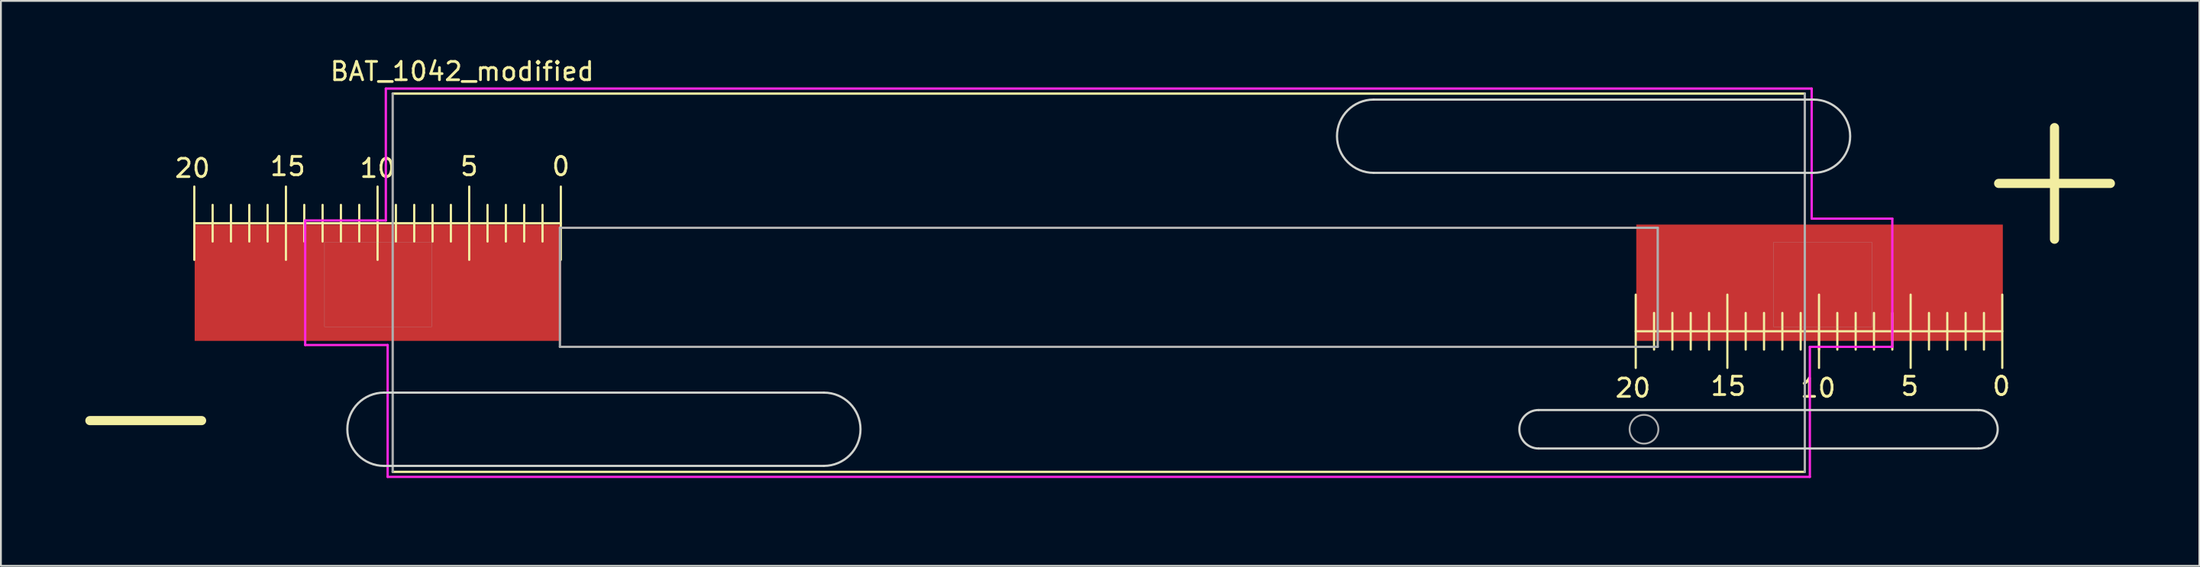
<source format=kicad_pcb>
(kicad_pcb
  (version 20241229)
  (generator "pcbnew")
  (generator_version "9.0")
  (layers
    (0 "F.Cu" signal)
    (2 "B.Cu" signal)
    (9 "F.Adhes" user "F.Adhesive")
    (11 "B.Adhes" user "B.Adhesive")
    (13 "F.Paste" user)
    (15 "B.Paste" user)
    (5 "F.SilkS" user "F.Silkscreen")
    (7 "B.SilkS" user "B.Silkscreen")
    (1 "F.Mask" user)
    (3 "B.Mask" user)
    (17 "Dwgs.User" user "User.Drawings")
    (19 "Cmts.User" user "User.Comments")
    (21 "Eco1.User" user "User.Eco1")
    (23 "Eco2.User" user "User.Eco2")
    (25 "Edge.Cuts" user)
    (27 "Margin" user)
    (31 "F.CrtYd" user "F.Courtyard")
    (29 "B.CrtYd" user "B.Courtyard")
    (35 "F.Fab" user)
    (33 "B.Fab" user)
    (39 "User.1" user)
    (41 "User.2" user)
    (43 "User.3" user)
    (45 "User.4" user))
  (footprint "BAT_1042_modified"
    (layer "F.Cu")
    (at 56.902 12.387)
    (property "Reference" "BAT_1042_modified" (at -34.736 -11.539 0) (layer "F.SilkS") (effects (font (size 1 1) (thickness 0.15))))
    (attr through_hole)
    (fp_line (start -49.35 -1.25) (end -49.35 -5.25) (stroke (width 0.12) (type solid)) (layer "F.SilkS"))
    (fp_line (start -48.35 -4.25) (end -48.35 -2.25) (stroke (width 0.12) (type solid)) (layer "F.SilkS"))
    (fp_line (start -47.35 -2.25) (end -47.35 -4.25) (stroke (width 0.12) (type solid)) (layer "F.SilkS"))
    (fp_line (start -46.35 -4.25) (end -46.35 -2.25) (stroke (width 0.12) (type solid)) (layer "F.SilkS"))
    (fp_line (start -45.35 -4.25) (end -45.35 -2.25) (stroke (width 0.12) (type solid)) (layer "F.SilkS"))
    (fp_line (start -44.35 -5.25) (end -44.35 -1.25) (stroke (width 0.12) (type solid)) (layer "F.SilkS"))
    (fp_line (start -43.35 -4.25) (end -43.35 -2.25) (stroke (width 0.12) (type solid)) (layer "F.SilkS"))
    (fp_line (start -42.35 -4.25) (end -42.35 -2.25) (stroke (width 0.12) (type solid)) (layer "F.SilkS"))
    (fp_line (start -41.35 -4.25) (end -41.35 -2.25) (stroke (width 0.12) (type solid)) (layer "F.SilkS"))
    (fp_line (start -40.35 -2.25) (end -40.35 -4.25) (stroke (width 0.12) (type solid)) (layer "F.SilkS"))
    (fp_line (start -39.35 -3.25) (end -39.35 -1.25) (stroke (width 0.12) (type solid)) (layer "F.SilkS"))
    (fp_line (start -39.35 -2.25) (end -39.35 -5.25) (stroke (width 0.12) (type solid)) (layer "F.SilkS"))
    (fp_line (start -38.525 -10.325) (end 38.525 -10.325) (stroke (width 0.127) (type solid)) (layer "F.SilkS"))
    (fp_line (start -38.35 -4.25) (end -38.35 -2.25) (stroke (width 0.12) (type solid)) (layer "F.SilkS"))
    (fp_line (start -37.35 -2.25) (end -37.35 -4.25) (stroke (width 0.12) (type solid)) (layer "F.SilkS"))
    (fp_line (start -36.35 -4.25) (end -36.35 -2.25) (stroke (width 0.12) (type solid)) (layer "F.SilkS"))
    (fp_line (start -35.35 -4.25) (end -35.35 -2.25) (stroke (width 0.12) (type solid)) (layer "F.SilkS"))
    (fp_line (start -34.35 -5.25) (end -34.35 -1.25) (stroke (width 0.12) (type solid)) (layer "F.SilkS"))
    (fp_line (start -33.35 -4.25) (end -33.35 -2.25) (stroke (width 0.12) (type solid)) (layer "F.SilkS"))
    (fp_line (start -32.35 -4.25) (end -32.35 -2.25) (stroke (width 0.12) (type solid)) (layer "F.SilkS"))
    (fp_line (start -31.35 -4.25) (end -31.35 -2.25) (stroke (width 0.12) (type solid)) (layer "F.SilkS"))
    (fp_line (start -30.35 -2.25) (end -30.35 -4.25) (stroke (width 0.12) (type solid)) (layer "F.SilkS"))
    (fp_line (start -29.35 -3.25) (end -49.35 -3.25) (stroke (width 0.12) (type solid)) (layer "F.SilkS"))
    (fp_line (start -29.35 -1.25) (end -29.35 -5.25) (stroke (width 0.12) (type solid)) (layer "F.SilkS"))
    (fp_line (start 29.3 4.65) (end 29.3 0.65) (stroke (width 0.12) (type solid)) (layer "F.SilkS"))
    (fp_line (start 30.3 1.65) (end 30.3 3.65) (stroke (width 0.12) (type solid)) (layer "F.SilkS"))
    (fp_line (start 31.3 3.65) (end 31.3 1.65) (stroke (width 0.12) (type solid)) (layer "F.SilkS"))
    (fp_line (start 32.3 1.65) (end 32.3 3.65) (stroke (width 0.12) (type solid)) (layer "F.SilkS"))
    (fp_line (start 33.3 1.65) (end 33.3 3.65) (stroke (width 0.12) (type solid)) (layer "F.SilkS"))
    (fp_line (start 34.3 0.65) (end 34.3 4.65) (stroke (width 0.12) (type solid)) (layer "F.SilkS"))
    (fp_line (start 35.3 1.65) (end 35.3 3.65) (stroke (width 0.12) (type solid)) (layer "F.SilkS"))
    (fp_line (start 36.3 1.65) (end 36.3 3.65) (stroke (width 0.12) (type solid)) (layer "F.SilkS"))
    (fp_line (start 37.3 1.65) (end 37.3 3.65) (stroke (width 0.12) (type solid)) (layer "F.SilkS"))
    (fp_line (start 38.3 3.65) (end 38.3 1.65) (stroke (width 0.12) (type solid)) (layer "F.SilkS"))
    (fp_line (start 38.525 10.325) (end -38.525 10.325) (stroke (width 0.127) (type solid)) (layer "F.SilkS"))
    (fp_line (start 39.3 2.65) (end 39.3 4.65) (stroke (width 0.12) (type solid)) (layer "F.SilkS"))
    (fp_line (start 39.3 3.65) (end 39.3 0.65) (stroke (width 0.12) (type solid)) (layer "F.SilkS"))
    (fp_line (start 40.3 1.65) (end 40.3 3.65) (stroke (width 0.12) (type solid)) (layer "F.SilkS"))
    (fp_line (start 41.3 3.65) (end 41.3 1.65) (stroke (width 0.12) (type solid)) (layer "F.SilkS"))
    (fp_line (start 42.3 1.65) (end 42.3 3.65) (stroke (width 0.12) (type solid)) (layer "F.SilkS"))
    (fp_line (start 43.3 1.65) (end 43.3 3.65) (stroke (width 0.12) (type solid)) (layer "F.SilkS"))
    (fp_line (start 44.3 0.65) (end 44.3 4.65) (stroke (width 0.12) (type solid)) (layer "F.SilkS"))
    (fp_line (start 45.3 1.65) (end 45.3 3.65) (stroke (width 0.12) (type solid)) (layer "F.SilkS"))
    (fp_line (start 46.3 1.65) (end 46.3 3.65) (stroke (width 0.12) (type solid)) (layer "F.SilkS"))
    (fp_line (start 47.3 1.65) (end 47.3 3.65) (stroke (width 0.12) (type solid)) (layer "F.SilkS"))
    (fp_line (start 48.3 3.65) (end 48.3 1.65) (stroke (width 0.12) (type solid)) (layer "F.SilkS"))
    (fp_line (start 49.3 2.65) (end 29.3 2.65) (stroke (width 0.12) (type solid)) (layer "F.SilkS"))
    (fp_line (start 49.3 4.65) (end 49.3 0.65) (stroke (width 0.12) (type solid)) (layer "F.SilkS"))
    (fp_line (start -39 6) (end -15 6) (stroke (width 0.12) (type solid)) (layer "Edge.Cuts"))
    (fp_line (start -15 10) (end -39 10) (stroke (width 0.12) (type solid)) (layer "Edge.Cuts"))
    (fp_line (start 15 -10) (end 39 -10) (stroke (width 0.12) (type solid)) (layer "Edge.Cuts"))
    (fp_line (start 24 6.95) (end 48 6.95) (stroke (width 0.12) (type solid)) (layer "Edge.Cuts"))
    (fp_line (start 39 -6) (end 15 -6) (stroke (width 0.12) (type solid)) (layer "Edge.Cuts"))
    (fp_line (start 48 9.05) (end 24 9.05) (stroke (width 0.12) (type solid)) (layer "Edge.Cuts"))
    (fp_arc (start -39 10) (mid -41 8) (end -39 6) (stroke (width 0.12) (type solid)) (layer "Edge.Cuts"))
    (fp_arc (start -15 6) (mid -13 8) (end -15 10) (stroke (width 0.12) (type solid)) (layer "Edge.Cuts"))
    (fp_arc (start 15 -6) (mid 13 -8) (end 15 -10) (stroke (width 0.12) (type solid)) (layer "Edge.Cuts"))
    (fp_arc (start 24 9.05) (mid 22.95 8) (end 24 6.95) (stroke (width 0.12) (type solid)) (layer "Edge.Cuts"))
    (fp_arc (start 39 -10) (mid 41 -8) (end 39 -6) (stroke (width 0.12) (type solid)) (layer "Edge.Cuts"))
    (fp_arc (start 48 6.95) (mid 49.059259 8) (end 48 9.05) (stroke (width 0.12) (type solid)) (layer "Edge.Cuts"))
    (fp_line (start -43.3 -3.4) (end -38.9 -3.4) (stroke (width 0.127) (type solid)) (layer "F.CrtYd"))
    (fp_line (start -43.3 3.4) (end -43.3 -3.4) (stroke (width 0.127) (type solid)) (layer "F.CrtYd"))
    (fp_line (start -38.9 -10.6) (end 38.9 -10.6) (stroke (width 0.127) (type solid)) (layer "F.CrtYd"))
    (fp_line (start -38.9 -3.4) (end -38.9 -10.6) (stroke (width 0.127) (type solid)) (layer "F.CrtYd"))
    (fp_line (start -38.8 3.4) (end -43.3 3.4) (stroke (width 0.127) (type solid)) (layer "F.CrtYd"))
    (fp_line (start -38.8 10.6) (end -38.8 3.4) (stroke (width 0.127) (type solid)) (layer "F.CrtYd"))
    (fp_line (start 38.8 3.5) (end 38.8 10.6) (stroke (width 0.127) (type solid)) (layer "F.CrtYd"))
    (fp_line (start 38.8 10.6) (end -38.8 10.6) (stroke (width 0.127) (type solid)) (layer "F.CrtYd"))
    (fp_line (start 38.9 -10.6) (end 38.9 -3.5) (stroke (width 0.127) (type solid)) (layer "F.CrtYd"))
    (fp_line (start 38.9 -3.5) (end 43.3 -3.5) (stroke (width 0.127) (type solid)) (layer "F.CrtYd"))
    (fp_line (start 43.3 -3.5) (end 43.3 3.5) (stroke (width 0.127) (type solid)) (layer "F.CrtYd"))
    (fp_line (start 43.3 3.5) (end 38.8 3.5) (stroke (width 0.127) (type solid)) (layer "F.CrtYd"))
    (fp_line (start -38.525 10.325) (end -38.525 -10.325) (stroke (width 0.127) (type solid)) (layer "F.Fab"))
    (fp_line (start -29.4 -3) (end -29.4 3.5) (stroke (width 0.127) (type solid)) (layer "F.Fab"))
    (fp_line (start -29.4 3.5) (end 30.5 3.5) (stroke (width 0.127) (type solid)) (layer "F.Fab"))
    (fp_line (start 30.5 -3) (end -29.4 -3) (stroke (width 0.127) (type solid)) (layer "F.Fab"))
    (fp_line (start 30.5 3.5) (end 30.5 -3) (stroke (width 0.127) (type solid)) (layer "F.Fab"))
    (fp_line (start 38.525 -10.325) (end 38.525 10.325) (stroke (width 0.127) (type solid)) (layer "F.Fab"))
    (fp_circle (center 29.75 8) (end 30.535 8) (stroke (width 0.1) (type solid)) (fill no) (layer "F.Fab"))
    (fp_poly (pts (xy -42.246 -2.2) (xy -36.4 -2.2) (xy -36.4 2.403) (xy -42.246 2.403)) (stroke (width 0.01) (type solid)) (fill no) (layer "F.Fab"))
    (fp_poly (pts (xy 36.807 -2.2) (xy 42.2 -2.2) (xy 42.2 2.4) (xy 36.807 2.4)) (stroke (width 0.01) (type solid)) (fill no) (layer "F.Fab"))
    (fp_text user "5" (at -34.35 -6.35 0) (unlocked yes) (layer "F.SilkS") (effects (font (size 1 1) (thickness 0.15))))
    (fp_text user "+" (at 52.15 -6.05 0) (unlocked yes) (layer "F.SilkS") (effects (font (size 8 8) (thickness 0.5))))
    (fp_text user "0" (at 49.25 5.65 0) (unlocked yes) (layer "F.SilkS") (effects (font (size 1 1) (thickness 0.15))))
    (fp_text user "15" (at 34.35 5.65 0) (unlocked yes) (layer "F.SilkS") (effects (font (size 1 1) (thickness 0.15))))
    (fp_text user "-" (at -52 6.9 0) (unlocked yes) (layer "F.SilkS") (effects (font (size 8 8) (thickness 0.5))))
    (fp_text user "15" (at -44.25 -6.35 0) (unlocked yes) (layer "F.SilkS") (effects (font (size 1 1) (thickness 0.15))))
    (fp_text user "10" (at 39.25 5.75 0) (unlocked yes) (layer "F.SilkS") (effects (font (size 1 1) (thickness 0.15))))
    (fp_text user "0" (at -29.35 -6.35 0) (unlocked yes) (layer "F.SilkS") (effects (font (size 1 1) (thickness 0.15))))
    (fp_text user "20" (at -49.45 -6.25 0) (unlocked yes) (layer "F.SilkS") (effects (font (size 1 1) (thickness 0.15))))
    (fp_text user "20" (at 29.15 5.75 0) (unlocked yes) (layer "F.SilkS") (effects (font (size 1 1) (thickness 0.15))))
    (fp_text user "10" (at -39.35 -6.25 0) (unlocked yes) (layer "F.SilkS") (effects (font (size 1 1) (thickness 0.15))))
    (fp_text user "5" (at 44.25 5.65 0) (unlocked yes) (layer "F.SilkS") (effects (font (size 1 1) (thickness 0.15))))
    (pad "+" smd rect (at 39.33 0) (size 20 6.35) (layers "F.Cu" "F.Mask" "F.Paste"))
    (pad "-" smd rect (at -39.33 0) (size 20 6.35) (layers "F.Cu" "F.Mask" "F.Paste")))
  (gr_rect
    (start -3 -3)
    (end 116.955 27.845)
    (stroke (width 0.1) (type default))
    (fill no)
    (layer "Edge.Cuts")))
</source>
